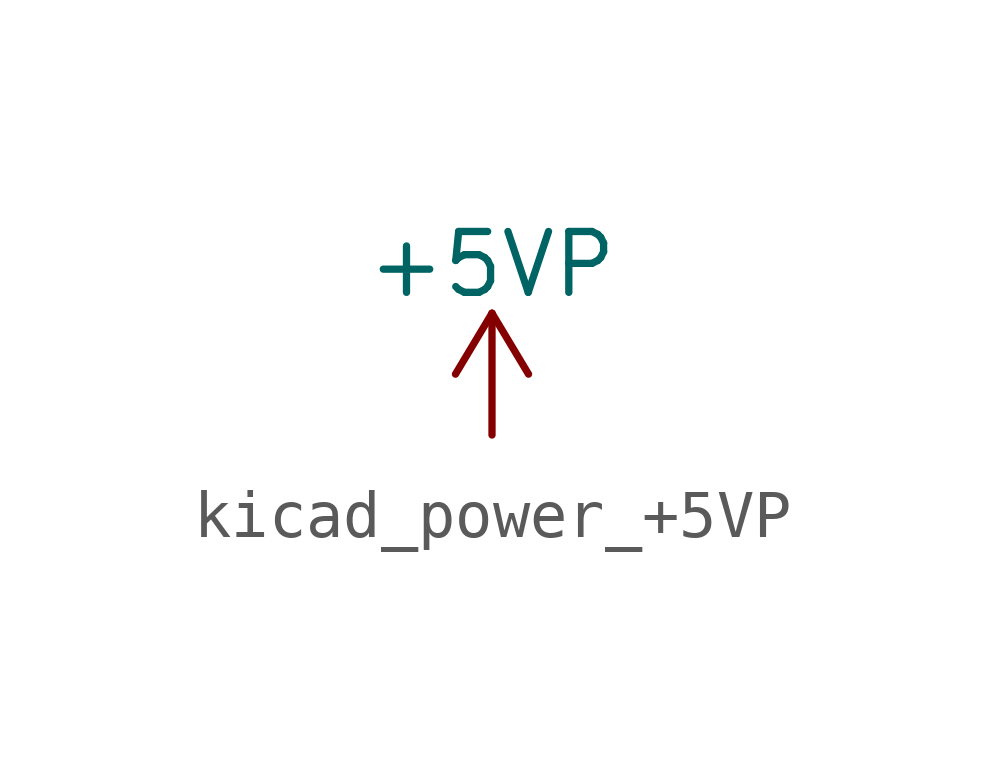
<source format=kicad_sym>
(kicad_symbol_lib
  (version 20220914)
  (generator kicad_symbol_editor)
  (symbol "kicad_power_+5VP"
    (power)
    (pin_names
      (offset 0))
    (property "Reference" "#PWR"
      (at 0 -3.81 0)
      (effects (font (size 1.27 1.27)) hide))
    (property "Value" "+5VP"
      (at 0 3.556 0)
      (effects (font (size 1.27 1.27))))
    (symbol "kicad_power_+5VP_0_1"
      (polyline (pts (xy -0.762 1.27) (xy 0 2.54)) (stroke (width 0) (type default)) (fill (type none)))
      (polyline (pts (xy 0 0) (xy 0 2.54)) (stroke (width 0) (type default)) (fill (type none)))
      (polyline (pts (xy 0 2.54) (xy 0.762 1.27)) (stroke (width 0) (type default)) (fill (type none))))
    (symbol "kicad_power_+5VP_1_1"
      (pin power_in line (at 0 0 90) (length 0) hide (name "+5VP" (effects (font (size 1.27 1.27)))) (number "1" (effects (font (size 1.27 1.27))))))))
</source>
